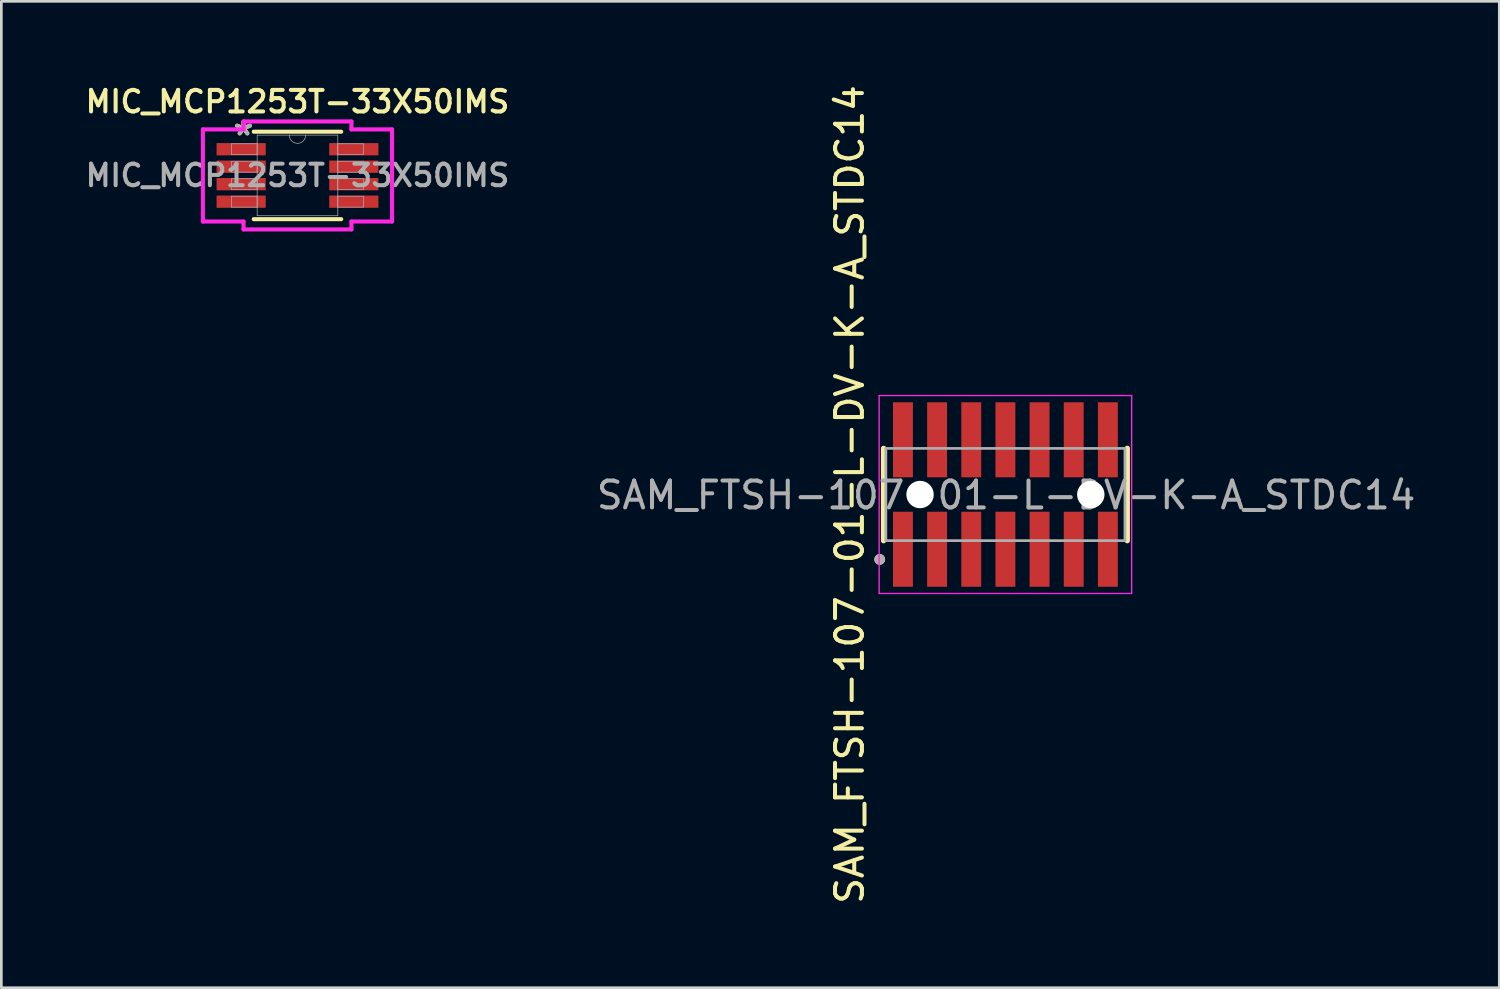
<source format=kicad_pcb>
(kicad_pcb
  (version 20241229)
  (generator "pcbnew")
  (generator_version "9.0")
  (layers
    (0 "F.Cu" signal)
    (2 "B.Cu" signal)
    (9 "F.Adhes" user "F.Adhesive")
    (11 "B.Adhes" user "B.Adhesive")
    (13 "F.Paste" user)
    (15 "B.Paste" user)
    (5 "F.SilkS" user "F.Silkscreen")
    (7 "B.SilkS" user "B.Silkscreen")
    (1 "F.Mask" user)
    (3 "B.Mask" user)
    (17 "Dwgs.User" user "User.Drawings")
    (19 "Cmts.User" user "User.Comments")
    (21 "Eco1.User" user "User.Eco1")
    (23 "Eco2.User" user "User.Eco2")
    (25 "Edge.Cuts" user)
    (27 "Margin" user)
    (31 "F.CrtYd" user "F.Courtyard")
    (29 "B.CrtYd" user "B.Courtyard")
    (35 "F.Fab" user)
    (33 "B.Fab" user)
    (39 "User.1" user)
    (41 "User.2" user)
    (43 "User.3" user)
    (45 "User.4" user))
  (footprint "SAM_FTSH-107-01-L-DV-K-A_STDC14"
    (layer "F.Cu")
    (at 34.337 15.339)
    (property "Reference" "SAM_FTSH-107-01-L-DV-K-A_STDC14" (at -5.791 0 90) (layer "F.SilkS") (effects (font (size 1 1) (thickness 0.15))))
    (attr smd)
    (fp_circle (center -3.175 0) (end -2.614 0) (stroke (width 0) (type solid)) (fill yes) (layer "B.Mask"))
    (fp_circle (center 3.175 0) (end 3.736 0) (stroke (width 0) (type solid)) (fill yes) (layer "B.Mask"))
    (fp_line (start -4.53 -1.715) (end -4.53 1.715) (stroke (width 0.2) (type solid)) (layer "F.SilkS"))
    (fp_line (start 4.53 1.715) (end 4.53 -1.715) (stroke (width 0.2) (type solid)) (layer "F.SilkS"))
    (fp_circle (center -4.674 2.413) (end -4.574 2.413) (stroke (width 0.2) (type solid)) (fill no) (layer "F.SilkS"))
    (fp_poly (pts (xy -1.64 -3.427) (xy -0.9 -3.427) (xy -0.9 -0.637) (xy -1.64 -0.637)) (stroke (width 0.01) (type solid)) (fill yes) (layer "F.Paste"))
    (fp_poly (pts (xy -1.64 0.637) (xy -0.9 0.637) (xy -0.9 3.427) (xy -1.64 3.427)) (stroke (width 0.01) (type solid)) (fill yes) (layer "F.Paste"))
    (fp_poly (pts (xy -0.37 -3.427) (xy 0.37 -3.427) (xy 0.37 -0.637) (xy -0.37 -0.637)) (stroke (width 0.01) (type solid)) (fill yes) (layer "F.Paste"))
    (fp_poly (pts (xy -0.37 0.637) (xy 0.37 0.637) (xy 0.37 3.427) (xy -0.37 3.427)) (stroke (width 0.01) (type solid)) (fill yes) (layer "F.Paste"))
    (fp_poly (pts (xy 0.9 -3.427) (xy 1.64 -3.427) (xy 1.64 -0.637) (xy 0.9 -0.637)) (stroke (width 0.01) (type solid)) (fill yes) (layer "F.Paste"))
    (fp_poly (pts (xy 0.9 0.637) (xy 1.64 0.637) (xy 1.64 3.427) (xy 0.9 3.427)) (stroke (width 0.01) (type solid)) (fill yes) (layer "F.Paste"))
    (fp_poly (pts (xy 2.17 -3.427) (xy 2.91 -3.427) (xy 2.91 -0.637) (xy 2.17 -0.637)) (stroke (width 0.01) (type solid)) (fill yes) (layer "F.Paste"))
    (fp_poly (pts (xy 2.17 0.637) (xy 2.91 0.637) (xy 2.91 3.427) (xy 2.17 3.427)) (stroke (width 0.01) (type solid)) (fill yes) (layer "F.Paste"))
    (fp_poly (pts (xy 3.44 -3.427) (xy 4.18 -3.427) (xy 4.18 -0.637) (xy 3.44 -0.637)) (stroke (width 0.01) (type solid)) (fill yes) (layer "F.Paste"))
    (fp_poly (pts (xy 3.44 0.637) (xy 4.18 0.637) (xy 4.18 3.427) (xy 3.44 3.427)) (stroke (width 0.01) (type solid)) (fill yes) (layer "F.Paste"))
    (fp_line (start -4.695 -3.68) (end 4.695 -3.68) (stroke (width 0.05) (type solid)) (layer "F.CrtYd"))
    (fp_line (start -4.695 3.68) (end -4.695 -3.68) (stroke (width 0.05) (type solid)) (layer "F.CrtYd"))
    (fp_line (start 4.695 -3.68) (end 4.695 3.68) (stroke (width 0.05) (type solid)) (layer "F.CrtYd"))
    (fp_line (start 4.695 3.68) (end -4.695 3.68) (stroke (width 0.05) (type solid)) (layer "F.CrtYd"))
    (fp_line (start -4.445 1.715) (end -4.445 -1.715) (stroke (width 0.1) (type solid)) (layer "F.Fab"))
    (fp_line (start -4.445 1.715) (end 4.445 1.715) (stroke (width 0.1) (type solid)) (layer "F.Fab"))
    (fp_line (start 4.445 -1.715) (end -4.445 -1.715) (stroke (width 0.1) (type solid)) (layer "F.Fab"))
    (fp_line (start 4.445 1.715) (end 4.445 -1.715) (stroke (width 0.1) (type solid)) (layer "F.Fab"))
    (fp_circle (center -4.674 2.413) (end -4.574 2.413) (stroke (width 0.2) (type solid)) (fill no) (layer "F.Fab"))
    (fp_text user "${REFERENCE}" (at 0.025 0.025 0) (unlocked yes) (layer "F.Fab") (effects (font (size 1 1) (thickness 0.15))))
    (pad "" np_thru_hole circle (at -3.175 0) (size 1.02 1.02) (drill 1.02) (layers "*.Cu" "*.Mask"))
    (pad "" np_thru_hole circle (at 3.175 0) (size 1.02 1.02) (drill 1.02) (layers "*.Cu" "*.Mask"))
    (pad "01" smd rect (at -3.81 2.035) (size 0.74 2.79) (layers "F.Cu" "F.Mask" "F.Paste"))
    (pad "02" smd rect (at -3.81 -2.035) (size 0.74 2.79) (layers "F.Cu" "F.Mask" "F.Paste"))
    (pad "03" smd rect (at -2.54 2.035) (size 0.74 2.79) (layers "F.Cu" "F.Mask" "F.Paste"))
    (pad "04" smd rect (at -2.54 -2.035) (size 0.74 2.79) (layers "F.Cu" "F.Mask" "F.Paste"))
    (pad "05" smd rect (at -1.27 2.035) (size 0.74 2.79) (layers "F.Cu" "F.Mask" "F.Paste"))
    (pad "06" smd rect (at -1.27 -2.035) (size 0.74 2.79) (layers "F.Cu" "F.Mask" "F.Paste"))
    (pad "07" smd rect (at 0 2.035) (size 0.74 2.79) (layers "F.Cu" "F.Mask" "F.Paste"))
    (pad "08" smd rect (at 0 -2.035) (size 0.74 2.79) (layers "F.Cu" "F.Mask" "F.Paste"))
    (pad "09" smd rect (at 1.27 2.035) (size 0.74 2.79) (layers "F.Cu" "F.Mask" "F.Paste"))
    (pad "10" smd rect (at 1.27 -2.035) (size 0.74 2.79) (layers "F.Cu" "F.Mask" "F.Paste"))
    (pad "11" smd rect (at 2.54 2.035) (size 0.74 2.79) (layers "F.Cu" "F.Mask" "F.Paste"))
    (pad "12" smd rect (at 2.54 -2.035) (size 0.74 2.79) (layers "F.Cu" "F.Mask" "F.Paste"))
    (pad "13" smd rect (at 3.81 2.035) (size 0.74 2.79) (layers "F.Cu" "F.Mask" "F.Paste"))
    (pad "14" smd rect (at 3.81 -2.035) (size 0.74 2.79) (layers "F.Cu" "F.Mask" "F.Paste")))
  (footprint "MIC_MCP1253T-33X50IMS"
    (layer "F.Cu")
    (at 8.012 3.474)
    (property "Reference" "MIC_MCP1253T-33X50IMS" (at 0 -2.743 0) (unlocked yes) (layer "F.SilkS") (effects (font (size 0.8 0.8) (thickness 0.15))))
    (attr smd)
    (fp_line (start -1.626 1.626) (end 1.626 1.626) (stroke (width 0.152) (type solid)) (layer "F.SilkS"))
    (fp_line (start 1.626 -1.626) (end -1.626 -1.626) (stroke (width 0.152) (type solid)) (layer "F.SilkS"))
    (fp_line (start -3.518 -1.712) (end -2.007 -1.712) (stroke (width 0.152) (type solid)) (layer "F.CrtYd"))
    (fp_line (start -3.518 1.712) (end -3.518 -1.712) (stroke (width 0.152) (type solid)) (layer "F.CrtYd"))
    (fp_line (start -3.518 1.712) (end -2.007 1.712) (stroke (width 0.152) (type solid)) (layer "F.CrtYd"))
    (fp_line (start -2.007 -2.007) (end 2.007 -2.007) (stroke (width 0.152) (type solid)) (layer "F.CrtYd"))
    (fp_line (start -2.007 -1.712) (end -2.007 -2.007) (stroke (width 0.152) (type solid)) (layer "F.CrtYd"))
    (fp_line (start -2.007 2.007) (end -2.007 1.712) (stroke (width 0.152) (type solid)) (layer "F.CrtYd"))
    (fp_line (start 2.007 -2.007) (end 2.007 -1.712) (stroke (width 0.152) (type solid)) (layer "F.CrtYd"))
    (fp_line (start 2.007 1.712) (end 2.007 2.007) (stroke (width 0.152) (type solid)) (layer "F.CrtYd"))
    (fp_line (start 2.007 2.007) (end -2.007 2.007) (stroke (width 0.152) (type solid)) (layer "F.CrtYd"))
    (fp_line (start 3.518 -1.712) (end 2.007 -1.712) (stroke (width 0.152) (type solid)) (layer "F.CrtYd"))
    (fp_line (start 3.518 -1.712) (end 3.518 1.712) (stroke (width 0.152) (type solid)) (layer "F.CrtYd"))
    (fp_line (start 3.518 1.712) (end 2.007 1.712) (stroke (width 0.152) (type solid)) (layer "F.CrtYd"))
    (fp_line (start -2.451 -1.178) (end -2.451 -0.772) (stroke (width 0.025) (type solid)) (layer "F.Fab"))
    (fp_line (start -2.451 -0.772) (end -1.499 -0.772) (stroke (width 0.025) (type solid)) (layer "F.Fab"))
    (fp_line (start -2.451 -0.528) (end -2.451 -0.122) (stroke (width 0.025) (type solid)) (layer "F.Fab"))
    (fp_line (start -2.451 -0.122) (end -1.499 -0.122) (stroke (width 0.025) (type solid)) (layer "F.Fab"))
    (fp_line (start -2.451 0.122) (end -2.451 0.528) (stroke (width 0.025) (type solid)) (layer "F.Fab"))
    (fp_line (start -2.451 0.528) (end -1.499 0.528) (stroke (width 0.025) (type solid)) (layer "F.Fab"))
    (fp_line (start -2.451 0.772) (end -2.451 1.178) (stroke (width 0.025) (type solid)) (layer "F.Fab"))
    (fp_line (start -2.451 1.178) (end -1.499 1.178) (stroke (width 0.025) (type solid)) (layer "F.Fab"))
    (fp_line (start -1.499 -1.499) (end -1.499 1.499) (stroke (width 0.025) (type solid)) (layer "F.Fab"))
    (fp_line (start -1.499 -1.178) (end -2.451 -1.178) (stroke (width 0.025) (type solid)) (layer "F.Fab"))
    (fp_line (start -1.499 -0.772) (end -1.499 -1.178) (stroke (width 0.025) (type solid)) (layer "F.Fab"))
    (fp_line (start -1.499 -0.528) (end -2.451 -0.528) (stroke (width 0.025) (type solid)) (layer "F.Fab"))
    (fp_line (start -1.499 -0.122) (end -1.499 -0.528) (stroke (width 0.025) (type solid)) (layer "F.Fab"))
    (fp_line (start -1.499 0.122) (end -2.451 0.122) (stroke (width 0.025) (type solid)) (layer "F.Fab"))
    (fp_line (start -1.499 0.528) (end -1.499 0.122) (stroke (width 0.025) (type solid)) (layer "F.Fab"))
    (fp_line (start -1.499 0.772) (end -2.451 0.772) (stroke (width 0.025) (type solid)) (layer "F.Fab"))
    (fp_line (start -1.499 1.178) (end -1.499 0.772) (stroke (width 0.025) (type solid)) (layer "F.Fab"))
    (fp_line (start -1.499 1.499) (end 1.499 1.499) (stroke (width 0.025) (type solid)) (layer "F.Fab"))
    (fp_line (start 1.499 -1.499) (end -1.499 -1.499) (stroke (width 0.025) (type solid)) (layer "F.Fab"))
    (fp_line (start 1.499 -1.178) (end 1.499 -0.772) (stroke (width 0.025) (type solid)) (layer "F.Fab"))
    (fp_line (start 1.499 -0.772) (end 2.451 -0.772) (stroke (width 0.025) (type solid)) (layer "F.Fab"))
    (fp_line (start 1.499 -0.528) (end 1.499 -0.122) (stroke (width 0.025) (type solid)) (layer "F.Fab"))
    (fp_line (start 1.499 -0.122) (end 2.451 -0.122) (stroke (width 0.025) (type solid)) (layer "F.Fab"))
    (fp_line (start 1.499 0.122) (end 1.499 0.528) (stroke (width 0.025) (type solid)) (layer "F.Fab"))
    (fp_line (start 1.499 0.528) (end 2.451 0.528) (stroke (width 0.025) (type solid)) (layer "F.Fab"))
    (fp_line (start 1.499 0.772) (end 1.499 1.178) (stroke (width 0.025) (type solid)) (layer "F.Fab"))
    (fp_line (start 1.499 1.178) (end 2.451 1.178) (stroke (width 0.025) (type solid)) (layer "F.Fab"))
    (fp_line (start 1.499 1.499) (end 1.499 -1.499) (stroke (width 0.025) (type solid)) (layer "F.Fab"))
    (fp_line (start 2.451 -1.178) (end 1.499 -1.178) (stroke (width 0.025) (type solid)) (layer "F.Fab"))
    (fp_line (start 2.451 -0.772) (end 2.451 -1.178) (stroke (width 0.025) (type solid)) (layer "F.Fab"))
    (fp_line (start 2.451 -0.528) (end 1.499 -0.528) (stroke (width 0.025) (type solid)) (layer "F.Fab"))
    (fp_line (start 2.451 -0.122) (end 2.451 -0.528) (stroke (width 0.025) (type solid)) (layer "F.Fab"))
    (fp_line (start 2.451 0.122) (end 1.499 0.122) (stroke (width 0.025) (type solid)) (layer "F.Fab"))
    (fp_line (start 2.451 0.528) (end 2.451 0.122) (stroke (width 0.025) (type solid)) (layer "F.Fab"))
    (fp_line (start 2.451 0.772) (end 1.499 0.772) (stroke (width 0.025) (type solid)) (layer "F.Fab"))
    (fp_line (start 2.451 1.178) (end 2.451 0.772) (stroke (width 0.025) (type solid)) (layer "F.Fab"))
    (fp_arc (start 0.3048 -1.4986) (mid 0 -1.1938) (end -0.3048 -1.4986) (stroke (width 0.0254) (type solid)) (layer "F.Fab"))
    (fp_text user "*" (at -2.007 -1.448 0) (layer "F.SilkS") (effects (font (size 1 1) (thickness 0.15))))
    (fp_text user "${REFERENCE}" (at 0 0 0) (unlocked yes) (layer "F.Fab") (effects (font (size 0.8 0.8) (thickness 0.15))))
    (fp_text user "*" (at -2.007 -1.448 0) (unlocked yes) (layer "F.Fab") (effects (font (size 1 1) (thickness 0.15))))
    (pad "1" smd rect (at -2.095 -0.975) (size 1.829 0.457) (layers "F.Cu" "F.Mask" "F.Paste"))
    (pad "2" smd rect (at -2.095 -0.325) (size 1.829 0.457) (layers "F.Cu" "F.Mask" "F.Paste"))
    (pad "3" smd rect (at -2.095 0.325) (size 1.829 0.457) (layers "F.Cu" "F.Mask" "F.Paste"))
    (pad "4" smd rect (at -2.095 0.975) (size 1.829 0.457) (layers "F.Cu" "F.Mask" "F.Paste"))
    (pad "5" smd rect (at 2.095 0.975) (size 1.829 0.457) (layers "F.Cu" "F.Mask" "F.Paste"))
    (pad "6" smd rect (at 2.095 0.325) (size 1.829 0.457) (layers "F.Cu" "F.Mask" "F.Paste"))
    (pad "7" smd rect (at 2.095 -0.325) (size 1.829 0.457) (layers "F.Cu" "F.Mask" "F.Paste"))
    (pad "8" smd rect (at 2.095 -0.975) (size 1.829 0.457) (layers "F.Cu" "F.Mask" "F.Paste")))
  (gr_rect
    (start -3 -3)
    (end 52.702 33.679)
    (stroke (width 0.1) (type default))
    (fill no)
    (layer "Edge.Cuts")))
</source>
